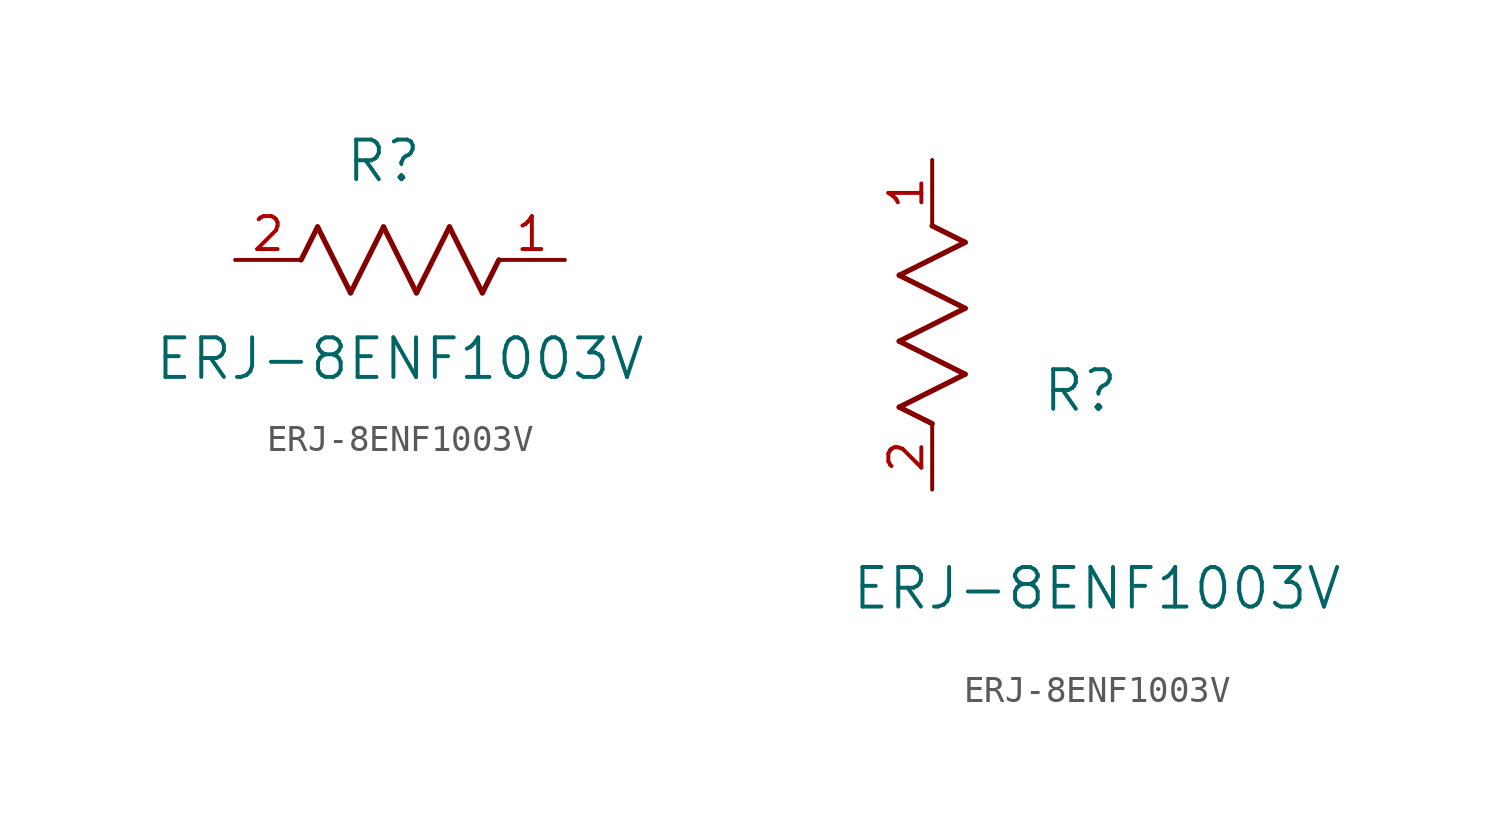
<source format=kicad_sym>
(kicad_symbol_lib
  (version 20211014)
  (generator kicad_symbol_editor)
  (symbol "ERJ-8ENF1003V"
    (pin_names
      (offset 0.254))
    (property "Reference" "R"
      (at 5.715 3.81 0)
      (effects (font (size 1.524 1.524))))
    (property "Value" "ERJ-8ENF1003V"
      (at 6.35 -3.81 0)
      (effects (font (size 1.524 1.524))))
    (symbol "ERJ-8ENF1003V_1_1"
      (polyline (pts (xy 3.175 1.27) (xy 4.445 -1.27)) (stroke (width 0.203) (type default) (color 0 0 0 0)) (fill (type none)))
      (polyline (pts (xy 4.445 -1.27) (xy 5.715 1.27)) (stroke (width 0.203) (type default) (color 0 0 0 0)) (fill (type none)))
      (polyline (pts (xy 5.715 1.27) (xy 6.985 -1.27)) (stroke (width 0.203) (type default) (color 0 0 0 0)) (fill (type none)))
      (polyline (pts (xy 6.985 -1.27) (xy 8.255 1.27)) (stroke (width 0.203) (type default) (color 0 0 0 0)) (fill (type none)))
      (polyline (pts (xy 8.255 1.27) (xy 9.525 -1.27)) (stroke (width 0.203) (type default) (color 0 0 0 0)) (fill (type none)))
      (polyline (pts (xy 2.54 0) (xy 3.175 1.27)) (stroke (width 0.203) (type default) (color 0 0 0 0)) (fill (type none)))
      (polyline (pts (xy 9.525 -1.27) (xy 10.16 0)) (stroke (width 0.203) (type default) (color 0 0 0 0)) (fill (type none)))
      (pin unspecified line (at 12.7 0 180) (length 2.54) (name "" (effects (font (size 1.27 1.27)))) (number "1" (effects (font (size 1.27 1.27)))))
      (pin unspecified line (at 0 0 0) (length 2.54) (name "" (effects (font (size 1.27 1.27)))) (number "2" (effects (font (size 1.27 1.27))))))
    (symbol "ERJ-8ENF1003V_1_2"
      (polyline (pts (xy 0 2.54) (xy -1.27 3.175)) (stroke (width 0.203) (type default) (color 0 0 0 0)) (fill (type none)))
      (polyline (pts (xy -1.27 3.175) (xy 1.27 4.445)) (stroke (width 0.203) (type default) (color 0 0 0 0)) (fill (type none)))
      (polyline (pts (xy 1.27 4.445) (xy -1.27 5.715)) (stroke (width 0.203) (type default) (color 0 0 0 0)) (fill (type none)))
      (polyline (pts (xy -1.27 5.715) (xy 1.27 6.985)) (stroke (width 0.203) (type default) (color 0 0 0 0)) (fill (type none)))
      (polyline (pts (xy -1.27 8.255) (xy 1.27 9.525)) (stroke (width 0.203) (type default) (color 0 0 0 0)) (fill (type none)))
      (polyline (pts (xy 1.27 9.525) (xy 0 10.16)) (stroke (width 0.203) (type default) (color 0 0 0 0)) (fill (type none)))
      (polyline (pts (xy 1.27 6.985) (xy -1.27 8.255)) (stroke (width 0.203) (type default) (color 0 0 0 0)) (fill (type none)))
      (pin unspecified line (at 0 12.7 270) (length 2.54) (name "" (effects (font (size 1.27 1.27)))) (number "1" (effects (font (size 1.27 1.27)))))
      (pin unspecified line (at 0 0 90) (length 2.54) (name "" (effects (font (size 1.27 1.27)))) (number "2" (effects (font (size 1.27 1.27))))))))
</source>
